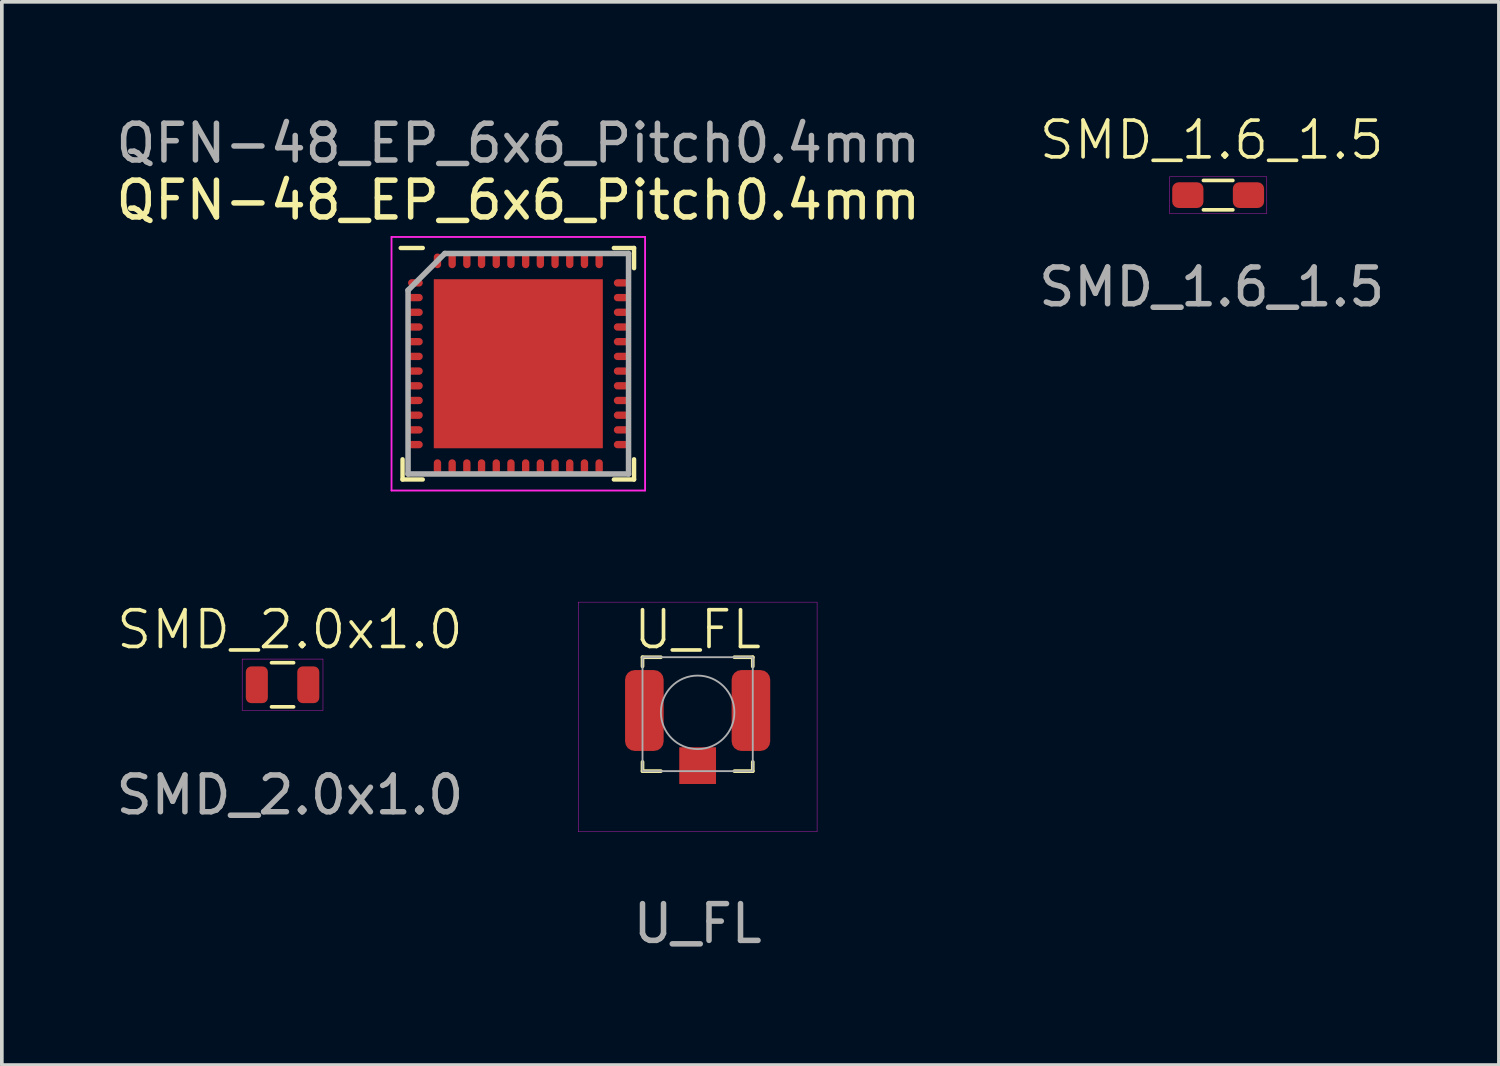
<source format=kicad_pcb>
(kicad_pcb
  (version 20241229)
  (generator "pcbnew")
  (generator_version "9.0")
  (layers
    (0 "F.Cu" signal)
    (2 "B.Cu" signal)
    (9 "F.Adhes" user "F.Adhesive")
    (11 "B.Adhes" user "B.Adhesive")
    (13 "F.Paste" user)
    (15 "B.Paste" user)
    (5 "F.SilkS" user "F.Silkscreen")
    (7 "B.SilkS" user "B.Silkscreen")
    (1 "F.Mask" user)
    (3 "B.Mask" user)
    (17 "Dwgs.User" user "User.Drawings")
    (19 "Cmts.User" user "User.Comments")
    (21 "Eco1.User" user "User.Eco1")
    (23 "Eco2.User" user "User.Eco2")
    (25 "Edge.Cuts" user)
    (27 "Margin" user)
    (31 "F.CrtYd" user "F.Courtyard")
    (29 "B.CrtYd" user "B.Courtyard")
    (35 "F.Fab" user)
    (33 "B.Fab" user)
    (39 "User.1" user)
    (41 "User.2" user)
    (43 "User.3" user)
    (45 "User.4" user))
  (footprint "SMD_2.0x1.0"
    (layer "F.Cu")
    (at 4.839 15.584)
    (property "Reference" "SMD_2.0x1.0" (at 0 -1.5 0) (unlocked yes) (layer "F.SilkS") (effects (font (size 1 1) (thickness 0.1))))
    (attr smd)
    (fp_line (start -0.5 -0.6) (end 0.1 -0.6) (stroke (width 0.1) (type default)) (layer "F.SilkS"))
    (fp_line (start -0.5 0.6) (end 0.1 0.6) (stroke (width 0.1) (type default)) (layer "F.SilkS"))
    (fp_rect (start -1.3 -0.7) (end 0.9 0.7) (stroke (width 0.01) (type default)) (fill no) (layer "F.CrtYd"))
    (fp_text user "${REFERENCE}" (at 0 3 0) (unlocked yes) (layer "F.Fab") (effects (font (size 1 1) (thickness 0.15))))
    (pad "1" smd roundrect (at -0.9 0) (size 0.6 1) (layers "F.Cu" "F.Mask" "F.Paste") (roundrect_rratio 0.25))
    (pad "2" smd roundrect (at 0.5 0) (size 0.6 1) (layers "F.Cu" "F.Mask" "F.Paste") (roundrect_rratio 0.25)))
  (footprint "U_FL"
    (layer "F.Cu")
    (at 15.934 16.334)
    (property "Reference" "U_FL" (at 0 -2.25 0) (unlocked yes) (layer "F.SilkS") (effects (font (size 1 1) (thickness 0.1))))
    (attr smd)
    (fp_line (start -1.5 -1.5) (end -1 -1.5) (stroke (width 0.1) (type default)) (layer "F.SilkS"))
    (fp_line (start -1.5 -1.25) (end -1.5 -1.5) (stroke (width 0.1) (type default)) (layer "F.SilkS"))
    (fp_line (start -1.5 1.35) (end -1.5 1.6) (stroke (width 0.1) (type default)) (layer "F.SilkS"))
    (fp_line (start -1.5 1.6) (end -1 1.6) (stroke (width 0.1) (type default)) (layer "F.SilkS"))
    (fp_line (start 1.5 -1.5) (end 1 -1.5) (stroke (width 0.1) (type default)) (layer "F.SilkS"))
    (fp_line (start 1.5 -1.25) (end 1.5 -1.5) (stroke (width 0.1) (type default)) (layer "F.SilkS"))
    (fp_line (start 1.5 1.35) (end 1.5 1.6) (stroke (width 0.1) (type default)) (layer "F.SilkS"))
    (fp_line (start 1.5 1.6) (end 1 1.6) (stroke (width 0.1) (type default)) (layer "F.SilkS"))
    (fp_rect (start -3.25 -3) (end 3.25 3.25) (stroke (width 0.01) (type default)) (fill no) (layer "F.CrtYd"))
    (fp_rect (start -1.5 -1.5) (end 1.5 1.6) (stroke (width 0.05) (type default)) (fill no) (layer "F.Fab"))
    (fp_circle (center 0 0) (end 1 0) (stroke (width 0.05) (type default)) (fill no) (layer "F.Fab"))
    (fp_text user "${REFERENCE}" (at 0 5.75 0) (unlocked yes) (layer "F.Fab") (effects (font (size 1 1) (thickness 0.15))))
    (pad "1" smd rect (at 0 1.45) (size 1 1) (layers "F.Cu" "F.Mask" "F.Paste"))
    (pad "2" smd roundrect (at -1.45 -0.05) (size 1.05 2.2) (layers "F.Cu" "F.Mask" "F.Paste") (roundrect_rratio 0.25))
    (pad "2" smd roundrect (at 1.45 -0.05) (size 1.05 2.2) (layers "F.Cu" "F.Mask" "F.Paste") (roundrect_rratio 0.25)))
  (footprint "QFN-48_EP_6x6_Pitch0.4mm"
    (layer "F.Cu")
    (at 11.054 6.848)
    (property "Reference" "QFN-48_EP_6x6_Pitch0.4mm" (at 0 -4.45 0) (layer "F.SilkS") (effects (font (size 1 1) (thickness 0.15))))
    (attr smd)
    (fp_line (start -3.15 3.15) (end -3.15 2.6) (stroke (width 0.12) (type default)) (layer "F.SilkS"))
    (fp_line (start -2.6 -3.15) (end -3.2 -3.15) (stroke (width 0.12) (type default)) (layer "F.SilkS"))
    (fp_line (start -2.6 3.15) (end -3.15 3.15) (stroke (width 0.12) (type default)) (layer "F.SilkS"))
    (fp_line (start 2.6 -3.15) (end 3.15 -3.15) (stroke (width 0.12) (type default)) (layer "F.SilkS"))
    (fp_line (start 2.6 3.15) (end 3.15 3.15) (stroke (width 0.12) (type default)) (layer "F.SilkS"))
    (fp_line (start 3.15 -3.15) (end 3.15 -2.6) (stroke (width 0.12) (type default)) (layer "F.SilkS"))
    (fp_line (start 3.15 3.15) (end 3.15 2.6) (stroke (width 0.12) (type default)) (layer "F.SilkS"))
    (fp_line (start -3.45 -3.45) (end 3.45 -3.45) (stroke (width 0.05) (type default)) (layer "F.CrtYd"))
    (fp_line (start -3.45 3.45) (end -3.45 -3.45) (stroke (width 0.05) (type default)) (layer "F.CrtYd"))
    (fp_line (start 3.45 -3.45) (end 3.45 3.45) (stroke (width 0.05) (type default)) (layer "F.CrtYd"))
    (fp_line (start 3.45 3.45) (end -3.45 3.45) (stroke (width 0.05) (type default)) (layer "F.CrtYd"))
    (fp_line (start -3 -2) (end -3 3) (stroke (width 0.15) (type default)) (layer "F.Fab"))
    (fp_line (start -3 3) (end 3 3) (stroke (width 0.15) (type default)) (layer "F.Fab"))
    (fp_line (start -2 -3) (end -3 -2) (stroke (width 0.15) (type default)) (layer "F.Fab"))
    (fp_line (start 3 -3) (end -2 -3) (stroke (width 0.15) (type default)) (layer "F.Fab"))
    (fp_line (start 3 3) (end 3 -3) (stroke (width 0.15) (type default)) (layer "F.Fab"))
    (fp_text user "${REFERENCE}" (at 0 -6 0) (layer "F.Fab") (effects (font (size 1 1) (thickness 0.15))))
    (pad "" smd rect (at -1.725 -1.725) (size 0.4 0.4) (layers "F.Paste"))
    (pad "" smd rect (at -1.725 -0.575) (size 0.4 0.4) (layers "F.Paste"))
    (pad "" smd rect (at -1.725 0.575) (size 0.4 0.4) (layers "F.Paste"))
    (pad "" smd rect (at -1.725 1.725) (size 0.4 0.4) (layers "F.Paste"))
    (pad "" smd rect (at -0.575 -1.725) (size 0.4 0.4) (layers "F.Paste"))
    (pad "" smd rect (at -0.575 -0.575) (size 0.4 0.4) (layers "F.Paste"))
    (pad "" smd rect (at -0.575 0.575) (size 0.4 0.4) (layers "F.Paste"))
    (pad "" smd rect (at -0.575 1.725) (size 0.4 0.4) (layers "F.Paste"))
    (pad "" smd rect (at 0.575 -1.725) (size 0.4 0.4) (layers "F.Paste"))
    (pad "" smd rect (at 0.575 -0.575) (size 0.4 0.4) (layers "F.Paste"))
    (pad "" smd rect (at 0.575 0.575) (size 0.4 0.4) (layers "F.Paste"))
    (pad "" smd rect (at 0.575 1.725) (size 0.4 0.4) (layers "F.Paste"))
    (pad "" smd rect (at 1.725 -1.725) (size 0.4 0.4) (layers "F.Paste"))
    (pad "" smd rect (at 1.725 -0.575) (size 0.4 0.4) (layers "F.Paste"))
    (pad "" smd rect (at 1.725 0.575) (size 0.4 0.4) (layers "F.Paste"))
    (pad "" smd rect (at 1.725 1.725) (size 0.4 0.4) (layers "F.Paste"))
    (pad "1" smd oval (at -2.8 -2.2 90) (size 0.2 0.4) (layers "F.Cu" "F.Mask" "F.Paste"))
    (pad "2" smd oval (at -2.8 -1.8 90) (size 0.2 0.4) (layers "F.Cu" "F.Mask" "F.Paste"))
    (pad "3" smd oval (at -2.8 -1.4 90) (size 0.2 0.4) (layers "F.Cu" "F.Mask" "F.Paste"))
    (pad "4" smd oval (at -2.8 -1 90) (size 0.2 0.4) (layers "F.Cu" "F.Mask" "F.Paste"))
    (pad "5" smd oval (at -2.8 -0.6 90) (size 0.2 0.4) (layers "F.Cu" "F.Mask" "F.Paste"))
    (pad "6" smd oval (at -2.8 -0.2 90) (size 0.2 0.4) (layers "F.Cu" "F.Mask" "F.Paste"))
    (pad "7" smd oval (at -2.8 0.2 90) (size 0.2 0.4) (layers "F.Cu" "F.Mask" "F.Paste"))
    (pad "8" smd oval (at -2.8 0.6 90) (size 0.2 0.4) (layers "F.Cu" "F.Mask" "F.Paste"))
    (pad "9" smd oval (at -2.8 1 90) (size 0.2 0.4) (layers "F.Cu" "F.Mask" "F.Paste"))
    (pad "10" smd oval (at -2.8 1.4 90) (size 0.2 0.4) (layers "F.Cu" "F.Mask" "F.Paste"))
    (pad "11" smd oval (at -2.8 1.8 90) (size 0.2 0.4) (layers "F.Cu" "F.Mask" "F.Paste"))
    (pad "12" smd oval (at -2.8 2.2 90) (size 0.2 0.4) (layers "F.Cu" "F.Mask" "F.Paste"))
    (pad "13" smd oval (at -2.2 2.8) (size 0.2 0.4) (layers "F.Cu" "F.Mask" "F.Paste"))
    (pad "14" smd oval (at -1.8 2.8) (size 0.2 0.4) (layers "F.Cu" "F.Mask" "F.Paste"))
    (pad "15" smd oval (at -1.4 2.8) (size 0.2 0.4) (layers "F.Cu" "F.Mask" "F.Paste"))
    (pad "16" smd oval (at -1 2.8) (size 0.2 0.4) (layers "F.Cu" "F.Mask" "F.Paste"))
    (pad "17" smd oval (at -0.6 2.8) (size 0.2 0.4) (layers "F.Cu" "F.Mask" "F.Paste"))
    (pad "18" smd oval (at -0.2 2.8) (size 0.2 0.4) (layers "F.Cu" "F.Mask" "F.Paste"))
    (pad "19" smd oval (at 0.2 2.8) (size 0.2 0.4) (layers "F.Cu" "F.Mask" "F.Paste"))
    (pad "20" smd oval (at 0.6 2.8) (size 0.2 0.4) (layers "F.Cu" "F.Mask" "F.Paste"))
    (pad "21" smd oval (at 1 2.8) (size 0.2 0.4) (layers "F.Cu" "F.Mask" "F.Paste"))
    (pad "22" smd oval (at 1.4 2.8) (size 0.2 0.4) (layers "F.Cu" "F.Mask" "F.Paste"))
    (pad "23" smd oval (at 1.8 2.8) (size 0.2 0.4) (layers "F.Cu" "F.Mask" "F.Paste"))
    (pad "24" smd oval (at 2.2 2.8) (size 0.2 0.4) (layers "F.Cu" "F.Mask" "F.Paste"))
    (pad "25" smd oval (at 2.8 2.2 90) (size 0.2 0.4) (layers "F.Cu" "F.Mask" "F.Paste"))
    (pad "26" smd oval (at 2.8 1.8 90) (size 0.2 0.4) (layers "F.Cu" "F.Mask" "F.Paste"))
    (pad "27" smd oval (at 2.8 1.4 90) (size 0.2 0.4) (layers "F.Cu" "F.Mask" "F.Paste"))
    (pad "28" smd oval (at 2.8 1 90) (size 0.2 0.4) (layers "F.Cu" "F.Mask" "F.Paste"))
    (pad "29" smd oval (at 2.8 0.6 90) (size 0.2 0.4) (layers "F.Cu" "F.Mask" "F.Paste"))
    (pad "30" smd oval (at 2.8 0.2 90) (size 0.2 0.4) (layers "F.Cu" "F.Mask" "F.Paste"))
    (pad "31" smd oval (at 2.8 -0.2 90) (size 0.2 0.4) (layers "F.Cu" "F.Mask" "F.Paste"))
    (pad "32" smd oval (at 2.8 -0.6 90) (size 0.2 0.4) (layers "F.Cu" "F.Mask" "F.Paste"))
    (pad "33" smd oval (at 2.8 -1 90) (size 0.2 0.4) (layers "F.Cu" "F.Mask" "F.Paste"))
    (pad "34" smd oval (at 2.8 -1.4 90) (size 0.2 0.4) (layers "F.Cu" "F.Mask" "F.Paste"))
    (pad "35" smd oval (at 2.8 -1.8 90) (size 0.2 0.4) (layers "F.Cu" "F.Mask" "F.Paste"))
    (pad "36" smd oval (at 2.8 -2.2 90) (size 0.2 0.4) (layers "F.Cu" "F.Mask" "F.Paste"))
    (pad "37" smd oval (at 2.2 -2.8) (size 0.2 0.4) (layers "F.Cu" "F.Mask" "F.Paste"))
    (pad "38" smd oval (at 1.8 -2.8) (size 0.2 0.4) (layers "F.Cu" "F.Mask" "F.Paste"))
    (pad "39" smd oval (at 1.4 -2.8) (size 0.2 0.4) (layers "F.Cu" "F.Mask" "F.Paste"))
    (pad "40" smd oval (at 1 -2.8) (size 0.2 0.4) (layers "F.Cu" "F.Mask" "F.Paste"))
    (pad "41" smd oval (at 0.6 -2.8) (size 0.2 0.4) (layers "F.Cu" "F.Mask" "F.Paste"))
    (pad "42" smd oval (at 0.2 -2.8) (size 0.2 0.4) (layers "F.Cu" "F.Mask" "F.Paste"))
    (pad "43" smd oval (at -0.2 -2.8) (size 0.2 0.4) (layers "F.Cu" "F.Mask" "F.Paste"))
    (pad "44" smd oval (at -0.6 -2.8) (size 0.2 0.4) (layers "F.Cu" "F.Mask" "F.Paste"))
    (pad "45" smd oval (at -1 -2.8) (size 0.2 0.4) (layers "F.Cu" "F.Mask" "F.Paste"))
    (pad "46" smd oval (at -1.4 -2.8) (size 0.2 0.4) (layers "F.Cu" "F.Mask" "F.Paste"))
    (pad "47" smd oval (at -1.8 -2.8) (size 0.2 0.4) (layers "F.Cu" "F.Mask" "F.Paste"))
    (pad "48" smd oval (at -2.2 -2.8) (size 0.2 0.4) (layers "F.Cu" "F.Mask" "F.Paste"))
    (pad "49" smd rect (at 0 0) (size 4.6 4.6) (layers "F.Cu" "F.Mask")))
  (footprint "SMD_1.6_1.5"
    (layer "F.Cu")
    (at 29.923 2.26)
    (property "Reference" "SMD_1.6_1.5" (at 0 -1.5 0) (unlocked yes) (layer "F.SilkS") (effects (font (size 1 1) (thickness 0.1))))
    (attr smd)
    (fp_line (start -0.225 -0.4) (end 0.575 -0.4) (stroke (width 0.1) (type default)) (layer "F.SilkS"))
    (fp_line (start -0.225 0.4) (end 0.575 0.4) (stroke (width 0.1) (type default)) (layer "F.SilkS"))
    (fp_rect (start -1.15 -0.5) (end 1.5 0.5) (stroke (width 0.01) (type default)) (fill no) (layer "F.CrtYd"))
    (fp_text user "${REFERENCE}" (at 0 2.5 0) (unlocked yes) (layer "F.Fab") (effects (font (size 1 1) (thickness 0.15))))
    (pad "1" smd roundrect (at -0.65 0) (size 0.85 0.7) (layers "F.Cu" "F.Mask" "F.Paste") (roundrect_rratio 0.25))
    (pad "2" smd roundrect (at 1 0) (size 0.85 0.7) (layers "F.Cu" "F.Mask" "F.Paste") (roundrect_rratio 0.25)))
  (gr_rect
    (start -3 -3)
    (end 37.738 25.932)
    (stroke (width 0.1) (type default))
    (fill no)
    (layer "Edge.Cuts")))
</source>
